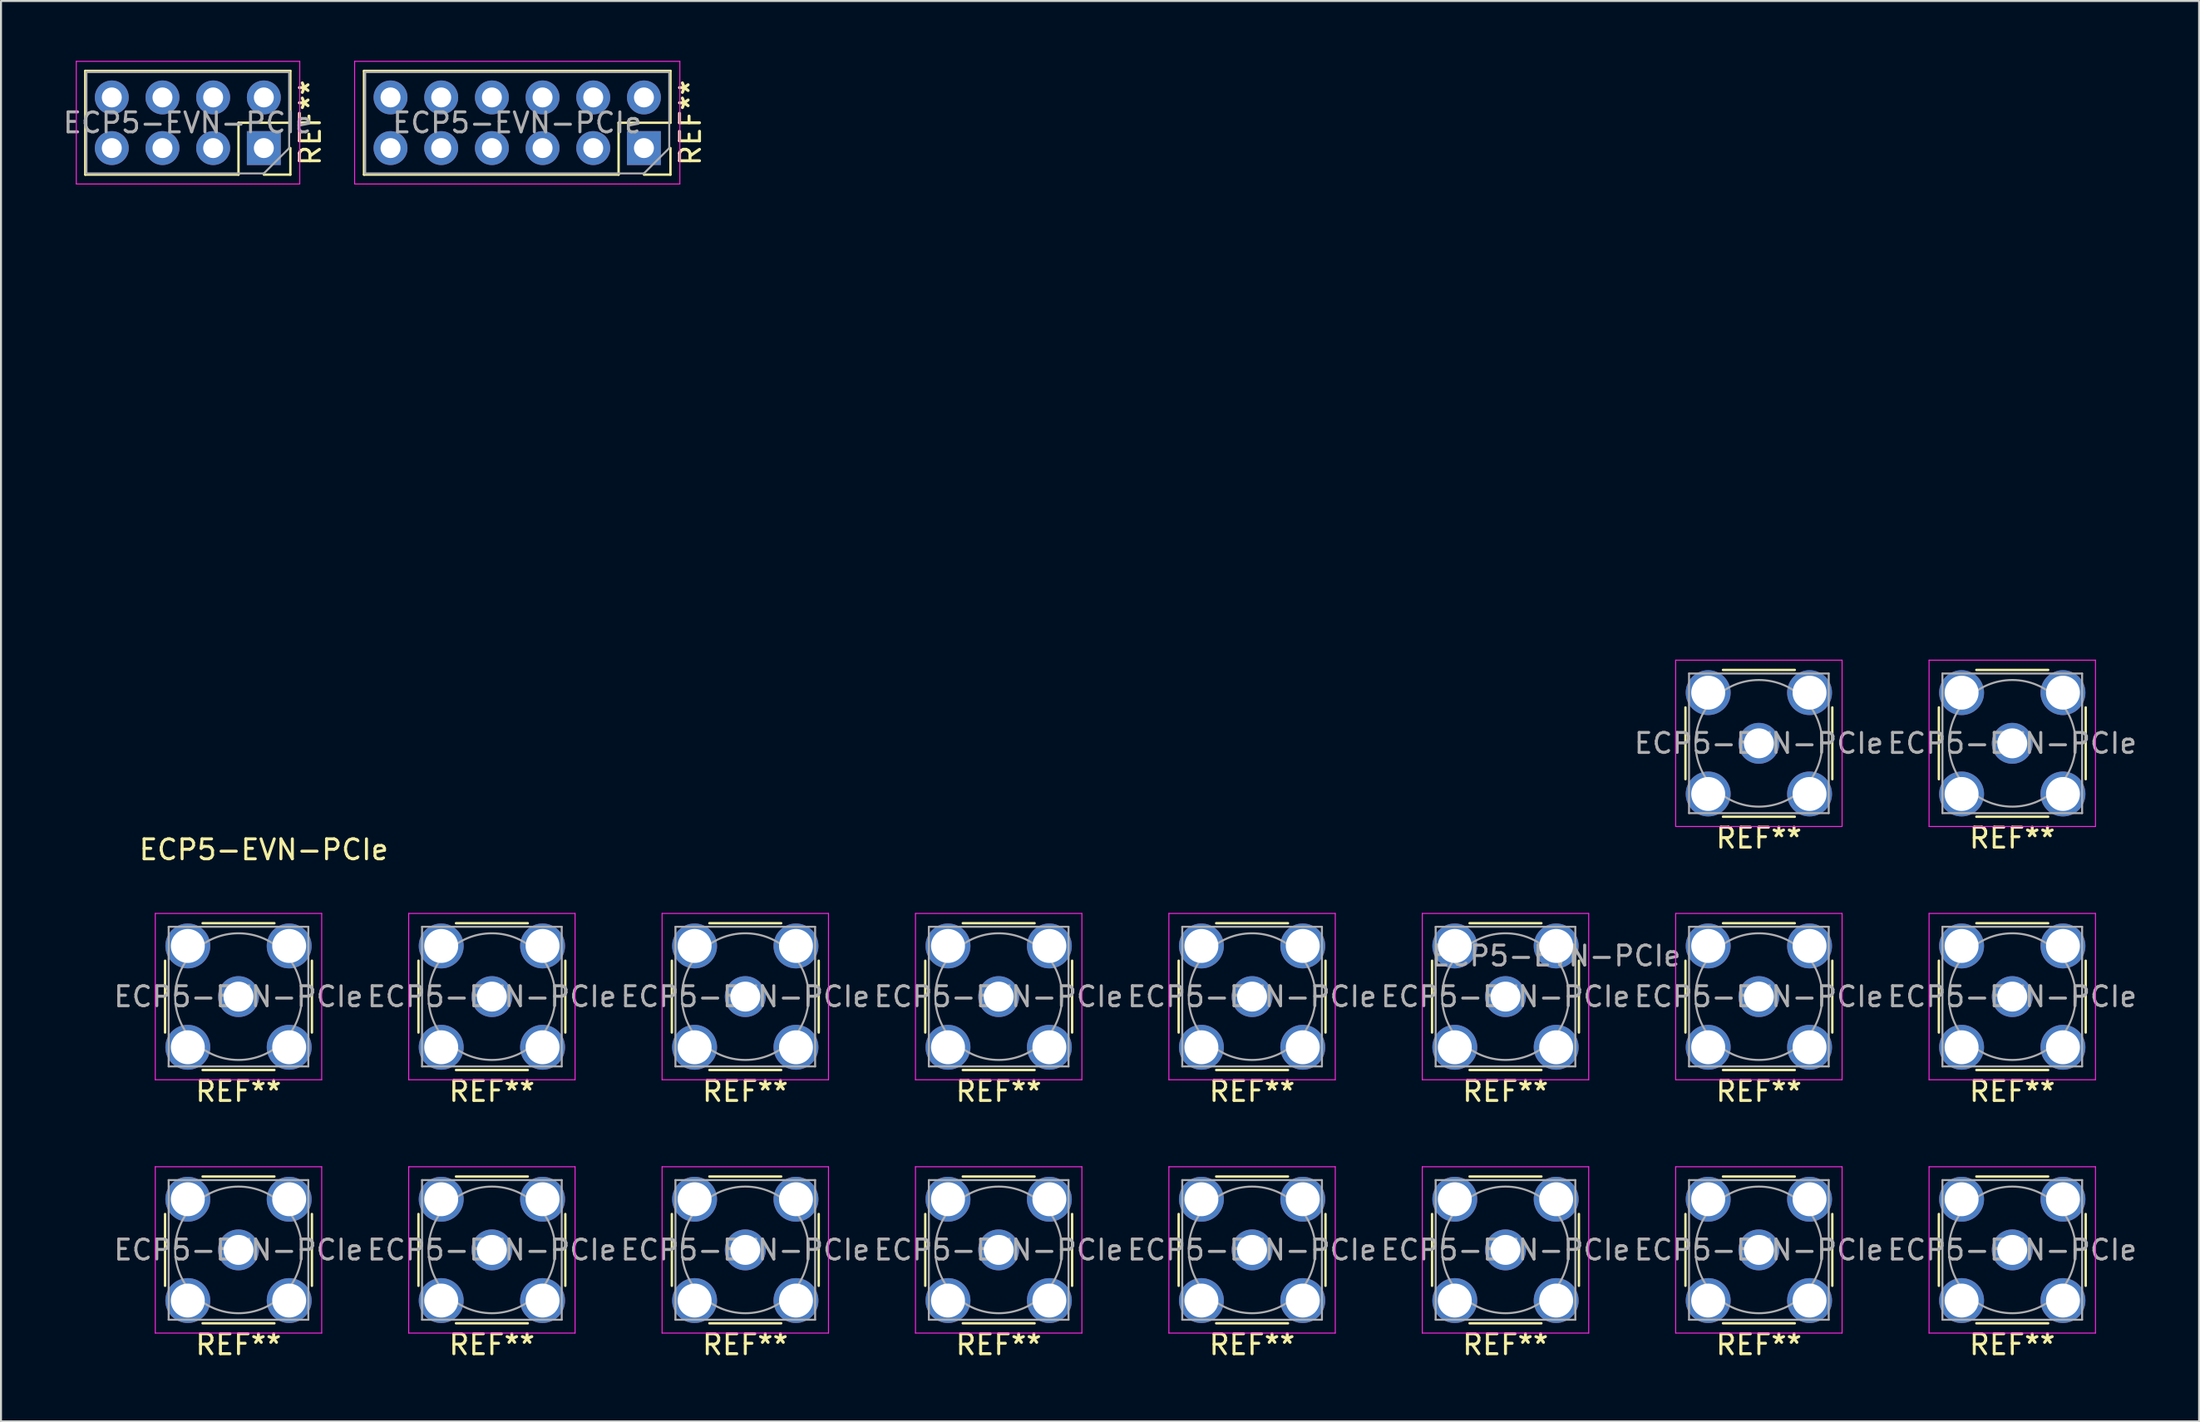
<source format=kicad_pcb>
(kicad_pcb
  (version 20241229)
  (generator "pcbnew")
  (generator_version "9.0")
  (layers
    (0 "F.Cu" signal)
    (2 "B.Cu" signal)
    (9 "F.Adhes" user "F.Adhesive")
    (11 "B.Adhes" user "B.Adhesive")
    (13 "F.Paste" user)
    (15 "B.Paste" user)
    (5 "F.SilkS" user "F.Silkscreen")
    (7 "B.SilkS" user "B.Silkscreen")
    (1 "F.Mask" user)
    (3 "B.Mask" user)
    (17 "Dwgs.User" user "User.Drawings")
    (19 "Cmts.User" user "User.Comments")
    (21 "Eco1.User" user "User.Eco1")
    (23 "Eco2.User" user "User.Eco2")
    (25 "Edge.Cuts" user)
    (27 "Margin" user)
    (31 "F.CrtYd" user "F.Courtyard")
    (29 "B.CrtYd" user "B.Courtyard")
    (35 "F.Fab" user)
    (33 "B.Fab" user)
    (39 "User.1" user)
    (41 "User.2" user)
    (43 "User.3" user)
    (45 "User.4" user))
  (footprint "ECP5-EVN-PCIe"
    (layer "F.Cu")
    (at 8.903 46.92)
    (property "Reference" "ECP5-EVN-PCIe" (at 1.27 -7.366 180) (layer "F.SilkS") (effects (font (size 1 1) (thickness 0.15))))
    (attr through_hole)
    (fp_line (start -7.68 -41.215) (end -7.68 -46.415) (stroke (width 0.12) (type solid)) (layer "F.SilkS"))
    (fp_line (start -3.68 1.8) (end -3.68 -1.8) (stroke (width 0.12) (type solid)) (layer "F.SilkS"))
    (fp_line (start -3.68 14.5) (end -3.68 10.9) (stroke (width 0.12) (type solid)) (layer "F.SilkS"))
    (fp_line (start -1.8 -3.68) (end 1.8 -3.68) (stroke (width 0.12) (type solid)) (layer "F.SilkS"))
    (fp_line (start -1.8 3.68) (end 1.8 3.68) (stroke (width 0.12) (type solid)) (layer "F.SilkS"))
    (fp_line (start -1.8 9.02) (end 1.8 9.02) (stroke (width 0.12) (type solid)) (layer "F.SilkS"))
    (fp_line (start -1.8 16.38) (end 1.8 16.38) (stroke (width 0.12) (type solid)) (layer "F.SilkS"))
    (fp_line (start 0 -43.815) (end 2.6 -43.815) (stroke (width 0.12) (type solid)) (layer "F.SilkS"))
    (fp_line (start 0 -41.215) (end -7.68 -41.215) (stroke (width 0.12) (type solid)) (layer "F.SilkS"))
    (fp_line (start 0 -41.215) (end 0 -43.815) (stroke (width 0.12) (type solid)) (layer "F.SilkS"))
    (fp_line (start 1.27 -41.215) (end 2.6 -41.215) (stroke (width 0.12) (type solid)) (layer "F.SilkS"))
    (fp_line (start 2.6 -46.415) (end -7.68 -46.415) (stroke (width 0.12) (type solid)) (layer "F.SilkS"))
    (fp_line (start 2.6 -43.815) (end 2.6 -46.415) (stroke (width 0.12) (type solid)) (layer "F.SilkS"))
    (fp_line (start 2.6 -41.215) (end 2.6 -42.545) (stroke (width 0.12) (type solid)) (layer "F.SilkS"))
    (fp_line (start 3.68 1.8) (end 3.68 -1.8) (stroke (width 0.12) (type solid)) (layer "F.SilkS"))
    (fp_line (start 3.68 14.5) (end 3.68 10.9) (stroke (width 0.12) (type solid)) (layer "F.SilkS"))
    (fp_line (start 6.29 -41.215) (end 6.29 -46.415) (stroke (width 0.12) (type solid)) (layer "F.SilkS"))
    (fp_line (start 9.02 1.8) (end 9.02 -1.8) (stroke (width 0.12) (type solid)) (layer "F.SilkS"))
    (fp_line (start 9.02 14.5) (end 9.02 10.9) (stroke (width 0.12) (type solid)) (layer "F.SilkS"))
    (fp_line (start 10.9 -3.68) (end 14.5 -3.68) (stroke (width 0.12) (type solid)) (layer "F.SilkS"))
    (fp_line (start 10.9 3.68) (end 14.5 3.68) (stroke (width 0.12) (type solid)) (layer "F.SilkS"))
    (fp_line (start 10.9 9.02) (end 14.5 9.02) (stroke (width 0.12) (type solid)) (layer "F.SilkS"))
    (fp_line (start 10.9 16.38) (end 14.5 16.38) (stroke (width 0.12) (type solid)) (layer "F.SilkS"))
    (fp_line (start 16.38 1.8) (end 16.38 -1.8) (stroke (width 0.12) (type solid)) (layer "F.SilkS"))
    (fp_line (start 16.38 14.5) (end 16.38 10.9) (stroke (width 0.12) (type solid)) (layer "F.SilkS"))
    (fp_line (start 19.05 -43.815) (end 21.65 -43.815) (stroke (width 0.12) (type solid)) (layer "F.SilkS"))
    (fp_line (start 19.05 -41.215) (end 6.29 -41.215) (stroke (width 0.12) (type solid)) (layer "F.SilkS"))
    (fp_line (start 19.05 -41.215) (end 19.05 -43.815) (stroke (width 0.12) (type solid)) (layer "F.SilkS"))
    (fp_line (start 20.32 -41.215) (end 21.65 -41.215) (stroke (width 0.12) (type solid)) (layer "F.SilkS"))
    (fp_line (start 21.65 -46.415) (end 6.29 -46.415) (stroke (width 0.12) (type solid)) (layer "F.SilkS"))
    (fp_line (start 21.65 -43.815) (end 21.65 -46.415) (stroke (width 0.12) (type solid)) (layer "F.SilkS"))
    (fp_line (start 21.65 -41.215) (end 21.65 -42.545) (stroke (width 0.12) (type solid)) (layer "F.SilkS"))
    (fp_line (start 21.72 1.8) (end 21.72 -1.8) (stroke (width 0.12) (type solid)) (layer "F.SilkS"))
    (fp_line (start 21.72 14.5) (end 21.72 10.9) (stroke (width 0.12) (type solid)) (layer "F.SilkS"))
    (fp_line (start 23.6 -3.68) (end 27.2 -3.68) (stroke (width 0.12) (type solid)) (layer "F.SilkS"))
    (fp_line (start 23.6 3.68) (end 27.2 3.68) (stroke (width 0.12) (type solid)) (layer "F.SilkS"))
    (fp_line (start 23.6 9.02) (end 27.2 9.02) (stroke (width 0.12) (type solid)) (layer "F.SilkS"))
    (fp_line (start 23.6 16.38) (end 27.2 16.38) (stroke (width 0.12) (type solid)) (layer "F.SilkS"))
    (fp_line (start 29.08 1.8) (end 29.08 -1.8) (stroke (width 0.12) (type solid)) (layer "F.SilkS"))
    (fp_line (start 29.08 14.5) (end 29.08 10.9) (stroke (width 0.12) (type solid)) (layer "F.SilkS"))
    (fp_line (start 34.42 1.8) (end 34.42 -1.8) (stroke (width 0.12) (type solid)) (layer "F.SilkS"))
    (fp_line (start 34.42 14.5) (end 34.42 10.9) (stroke (width 0.12) (type solid)) (layer "F.SilkS"))
    (fp_line (start 36.3 -3.68) (end 39.9 -3.68) (stroke (width 0.12) (type solid)) (layer "F.SilkS"))
    (fp_line (start 36.3 3.68) (end 39.9 3.68) (stroke (width 0.12) (type solid)) (layer "F.SilkS"))
    (fp_line (start 36.3 9.02) (end 39.9 9.02) (stroke (width 0.12) (type solid)) (layer "F.SilkS"))
    (fp_line (start 36.3 16.38) (end 39.9 16.38) (stroke (width 0.12) (type solid)) (layer "F.SilkS"))
    (fp_line (start 41.78 1.8) (end 41.78 -1.8) (stroke (width 0.12) (type solid)) (layer "F.SilkS"))
    (fp_line (start 41.78 14.5) (end 41.78 10.9) (stroke (width 0.12) (type solid)) (layer "F.SilkS"))
    (fp_line (start 47.12 1.8) (end 47.12 -1.8) (stroke (width 0.12) (type solid)) (layer "F.SilkS"))
    (fp_line (start 47.12 14.5) (end 47.12 10.9) (stroke (width 0.12) (type solid)) (layer "F.SilkS"))
    (fp_line (start 49 -3.68) (end 52.6 -3.68) (stroke (width 0.12) (type solid)) (layer "F.SilkS"))
    (fp_line (start 49 3.68) (end 52.6 3.68) (stroke (width 0.12) (type solid)) (layer "F.SilkS"))
    (fp_line (start 49 9.02) (end 52.6 9.02) (stroke (width 0.12) (type solid)) (layer "F.SilkS"))
    (fp_line (start 49 16.38) (end 52.6 16.38) (stroke (width 0.12) (type solid)) (layer "F.SilkS"))
    (fp_line (start 54.48 1.8) (end 54.48 -1.8) (stroke (width 0.12) (type solid)) (layer "F.SilkS"))
    (fp_line (start 54.48 14.5) (end 54.48 10.9) (stroke (width 0.12) (type solid)) (layer "F.SilkS"))
    (fp_line (start 59.82 1.8) (end 59.82 -1.8) (stroke (width 0.12) (type solid)) (layer "F.SilkS"))
    (fp_line (start 59.82 14.5) (end 59.82 10.9) (stroke (width 0.12) (type solid)) (layer "F.SilkS"))
    (fp_line (start 61.7 -3.68) (end 65.3 -3.68) (stroke (width 0.12) (type solid)) (layer "F.SilkS"))
    (fp_line (start 61.7 3.68) (end 65.3 3.68) (stroke (width 0.12) (type solid)) (layer "F.SilkS"))
    (fp_line (start 61.7 9.02) (end 65.3 9.02) (stroke (width 0.12) (type solid)) (layer "F.SilkS"))
    (fp_line (start 61.7 16.38) (end 65.3 16.38) (stroke (width 0.12) (type solid)) (layer "F.SilkS"))
    (fp_line (start 67.18 1.8) (end 67.18 -1.8) (stroke (width 0.12) (type solid)) (layer "F.SilkS"))
    (fp_line (start 67.18 14.5) (end 67.18 10.9) (stroke (width 0.12) (type solid)) (layer "F.SilkS"))
    (fp_line (start 72.52 -10.9) (end 72.52 -14.5) (stroke (width 0.12) (type solid)) (layer "F.SilkS"))
    (fp_line (start 72.52 1.8) (end 72.52 -1.8) (stroke (width 0.12) (type solid)) (layer "F.SilkS"))
    (fp_line (start 72.52 14.5) (end 72.52 10.9) (stroke (width 0.12) (type solid)) (layer "F.SilkS"))
    (fp_line (start 74.4 -16.38) (end 78 -16.38) (stroke (width 0.12) (type solid)) (layer "F.SilkS"))
    (fp_line (start 74.4 -9.02) (end 78 -9.02) (stroke (width 0.12) (type solid)) (layer "F.SilkS"))
    (fp_line (start 74.4 -3.68) (end 78 -3.68) (stroke (width 0.12) (type solid)) (layer "F.SilkS"))
    (fp_line (start 74.4 3.68) (end 78 3.68) (stroke (width 0.12) (type solid)) (layer "F.SilkS"))
    (fp_line (start 74.4 9.02) (end 78 9.02) (stroke (width 0.12) (type solid)) (layer "F.SilkS"))
    (fp_line (start 74.4 16.38) (end 78 16.38) (stroke (width 0.12) (type solid)) (layer "F.SilkS"))
    (fp_line (start 79.88 -10.9) (end 79.88 -14.5) (stroke (width 0.12) (type solid)) (layer "F.SilkS"))
    (fp_line (start 79.88 1.8) (end 79.88 -1.8) (stroke (width 0.12) (type solid)) (layer "F.SilkS"))
    (fp_line (start 79.88 14.5) (end 79.88 10.9) (stroke (width 0.12) (type solid)) (layer "F.SilkS"))
    (fp_line (start 85.22 -10.9) (end 85.22 -14.5) (stroke (width 0.12) (type solid)) (layer "F.SilkS"))
    (fp_line (start 85.22 1.8) (end 85.22 -1.8) (stroke (width 0.12) (type solid)) (layer "F.SilkS"))
    (fp_line (start 85.22 14.5) (end 85.22 10.9) (stroke (width 0.12) (type solid)) (layer "F.SilkS"))
    (fp_line (start 87.1 -16.38) (end 90.7 -16.38) (stroke (width 0.12) (type solid)) (layer "F.SilkS"))
    (fp_line (start 87.1 -9.02) (end 90.7 -9.02) (stroke (width 0.12) (type solid)) (layer "F.SilkS"))
    (fp_line (start 87.1 -3.68) (end 90.7 -3.68) (stroke (width 0.12) (type solid)) (layer "F.SilkS"))
    (fp_line (start 87.1 3.68) (end 90.7 3.68) (stroke (width 0.12) (type solid)) (layer "F.SilkS"))
    (fp_line (start 87.1 9.02) (end 90.7 9.02) (stroke (width 0.12) (type solid)) (layer "F.SilkS"))
    (fp_line (start 87.1 16.38) (end 90.7 16.38) (stroke (width 0.12) (type solid)) (layer "F.SilkS"))
    (fp_line (start 92.58 -10.9) (end 92.58 -14.5) (stroke (width 0.12) (type solid)) (layer "F.SilkS"))
    (fp_line (start 92.58 1.8) (end 92.58 -1.8) (stroke (width 0.12) (type solid)) (layer "F.SilkS"))
    (fp_line (start 92.58 14.5) (end 92.58 10.9) (stroke (width 0.12) (type solid)) (layer "F.SilkS"))
    (fp_line (start -8.13 -46.895) (end 3.07 -46.895) (stroke (width 0.05) (type solid)) (layer "F.CrtYd"))
    (fp_line (start -8.13 -40.745) (end -8.13 -46.895) (stroke (width 0.05) (type solid)) (layer "F.CrtYd"))
    (fp_line (start -4.17 4.17) (end -4.17 -4.17) (stroke (width 0.05) (type solid)) (layer "F.CrtYd"))
    (fp_line (start -4.17 4.17) (end 4.17 4.17) (stroke (width 0.05) (type solid)) (layer "F.CrtYd"))
    (fp_line (start -4.17 16.87) (end -4.17 8.53) (stroke (width 0.05) (type solid)) (layer "F.CrtYd"))
    (fp_line (start -4.17 16.87) (end 4.17 16.87) (stroke (width 0.05) (type solid)) (layer "F.CrtYd"))
    (fp_line (start 3.07 -46.895) (end 3.07 -40.745) (stroke (width 0.05) (type solid)) (layer "F.CrtYd"))
    (fp_line (start 3.07 -40.745) (end -8.13 -40.745) (stroke (width 0.05) (type solid)) (layer "F.CrtYd"))
    (fp_line (start 4.17 -4.17) (end -4.17 -4.17) (stroke (width 0.05) (type solid)) (layer "F.CrtYd"))
    (fp_line (start 4.17 -4.17) (end 4.17 4.17) (stroke (width 0.05) (type solid)) (layer "F.CrtYd"))
    (fp_line (start 4.17 8.53) (end -4.17 8.53) (stroke (width 0.05) (type solid)) (layer "F.CrtYd"))
    (fp_line (start 4.17 8.53) (end 4.17 16.87) (stroke (width 0.05) (type solid)) (layer "F.CrtYd"))
    (fp_line (start 5.82 -46.895) (end 22.12 -46.895) (stroke (width 0.05) (type solid)) (layer "F.CrtYd"))
    (fp_line (start 5.82 -40.745) (end 5.82 -46.895) (stroke (width 0.05) (type solid)) (layer "F.CrtYd"))
    (fp_line (start 8.53 4.17) (end 8.53 -4.17) (stroke (width 0.05) (type solid)) (layer "F.CrtYd"))
    (fp_line (start 8.53 4.17) (end 16.87 4.17) (stroke (width 0.05) (type solid)) (layer "F.CrtYd"))
    (fp_line (start 8.53 16.87) (end 8.53 8.53) (stroke (width 0.05) (type solid)) (layer "F.CrtYd"))
    (fp_line (start 8.53 16.87) (end 16.87 16.87) (stroke (width 0.05) (type solid)) (layer "F.CrtYd"))
    (fp_line (start 16.87 -4.17) (end 8.53 -4.17) (stroke (width 0.05) (type solid)) (layer "F.CrtYd"))
    (fp_line (start 16.87 -4.17) (end 16.87 4.17) (stroke (width 0.05) (type solid)) (layer "F.CrtYd"))
    (fp_line (start 16.87 8.53) (end 8.53 8.53) (stroke (width 0.05) (type solid)) (layer "F.CrtYd"))
    (fp_line (start 16.87 8.53) (end 16.87 16.87) (stroke (width 0.05) (type solid)) (layer "F.CrtYd"))
    (fp_line (start 21.23 4.17) (end 21.23 -4.17) (stroke (width 0.05) (type solid)) (layer "F.CrtYd"))
    (fp_line (start 21.23 4.17) (end 29.57 4.17) (stroke (width 0.05) (type solid)) (layer "F.CrtYd"))
    (fp_line (start 21.23 16.87) (end 21.23 8.53) (stroke (width 0.05) (type solid)) (layer "F.CrtYd"))
    (fp_line (start 21.23 16.87) (end 29.57 16.87) (stroke (width 0.05) (type solid)) (layer "F.CrtYd"))
    (fp_line (start 22.12 -46.895) (end 22.12 -40.745) (stroke (width 0.05) (type solid)) (layer "F.CrtYd"))
    (fp_line (start 22.12 -40.745) (end 5.82 -40.745) (stroke (width 0.05) (type solid)) (layer "F.CrtYd"))
    (fp_line (start 29.57 -4.17) (end 21.23 -4.17) (stroke (width 0.05) (type solid)) (layer "F.CrtYd"))
    (fp_line (start 29.57 -4.17) (end 29.57 4.17) (stroke (width 0.05) (type solid)) (layer "F.CrtYd"))
    (fp_line (start 29.57 8.53) (end 21.23 8.53) (stroke (width 0.05) (type solid)) (layer "F.CrtYd"))
    (fp_line (start 29.57 8.53) (end 29.57 16.87) (stroke (width 0.05) (type solid)) (layer "F.CrtYd"))
    (fp_line (start 33.93 4.17) (end 33.93 -4.17) (stroke (width 0.05) (type solid)) (layer "F.CrtYd"))
    (fp_line (start 33.93 4.17) (end 42.27 4.17) (stroke (width 0.05) (type solid)) (layer "F.CrtYd"))
    (fp_line (start 33.93 16.87) (end 33.93 8.53) (stroke (width 0.05) (type solid)) (layer "F.CrtYd"))
    (fp_line (start 33.93 16.87) (end 42.27 16.87) (stroke (width 0.05) (type solid)) (layer "F.CrtYd"))
    (fp_line (start 42.27 -4.17) (end 33.93 -4.17) (stroke (width 0.05) (type solid)) (layer "F.CrtYd"))
    (fp_line (start 42.27 -4.17) (end 42.27 4.17) (stroke (width 0.05) (type solid)) (layer "F.CrtYd"))
    (fp_line (start 42.27 8.53) (end 33.93 8.53) (stroke (width 0.05) (type solid)) (layer "F.CrtYd"))
    (fp_line (start 42.27 8.53) (end 42.27 16.87) (stroke (width 0.05) (type solid)) (layer "F.CrtYd"))
    (fp_line (start 46.63 4.17) (end 46.63 -4.17) (stroke (width 0.05) (type solid)) (layer "F.CrtYd"))
    (fp_line (start 46.63 4.17) (end 54.97 4.17) (stroke (width 0.05) (type solid)) (layer "F.CrtYd"))
    (fp_line (start 46.63 16.87) (end 46.63 8.53) (stroke (width 0.05) (type solid)) (layer "F.CrtYd"))
    (fp_line (start 46.63 16.87) (end 54.97 16.87) (stroke (width 0.05) (type solid)) (layer "F.CrtYd"))
    (fp_line (start 54.97 -4.17) (end 46.63 -4.17) (stroke (width 0.05) (type solid)) (layer "F.CrtYd"))
    (fp_line (start 54.97 -4.17) (end 54.97 4.17) (stroke (width 0.05) (type solid)) (layer "F.CrtYd"))
    (fp_line (start 54.97 8.53) (end 46.63 8.53) (stroke (width 0.05) (type solid)) (layer "F.CrtYd"))
    (fp_line (start 54.97 8.53) (end 54.97 16.87) (stroke (width 0.05) (type solid)) (layer "F.CrtYd"))
    (fp_line (start 59.33 4.17) (end 59.33 -4.17) (stroke (width 0.05) (type solid)) (layer "F.CrtYd"))
    (fp_line (start 59.33 4.17) (end 67.67 4.17) (stroke (width 0.05) (type solid)) (layer "F.CrtYd"))
    (fp_line (start 59.33 16.87) (end 59.33 8.53) (stroke (width 0.05) (type solid)) (layer "F.CrtYd"))
    (fp_line (start 59.33 16.87) (end 67.67 16.87) (stroke (width 0.05) (type solid)) (layer "F.CrtYd"))
    (fp_line (start 67.67 -4.17) (end 59.33 -4.17) (stroke (width 0.05) (type solid)) (layer "F.CrtYd"))
    (fp_line (start 67.67 -4.17) (end 67.67 4.17) (stroke (width 0.05) (type solid)) (layer "F.CrtYd"))
    (fp_line (start 67.67 8.53) (end 59.33 8.53) (stroke (width 0.05) (type solid)) (layer "F.CrtYd"))
    (fp_line (start 67.67 8.53) (end 67.67 16.87) (stroke (width 0.05) (type solid)) (layer "F.CrtYd"))
    (fp_line (start 72.03 -8.53) (end 72.03 -16.87) (stroke (width 0.05) (type solid)) (layer "F.CrtYd"))
    (fp_line (start 72.03 -8.53) (end 80.37 -8.53) (stroke (width 0.05) (type solid)) (layer "F.CrtYd"))
    (fp_line (start 72.03 4.17) (end 72.03 -4.17) (stroke (width 0.05) (type solid)) (layer "F.CrtYd"))
    (fp_line (start 72.03 4.17) (end 80.37 4.17) (stroke (width 0.05) (type solid)) (layer "F.CrtYd"))
    (fp_line (start 72.03 16.87) (end 72.03 8.53) (stroke (width 0.05) (type solid)) (layer "F.CrtYd"))
    (fp_line (start 72.03 16.87) (end 80.37 16.87) (stroke (width 0.05) (type solid)) (layer "F.CrtYd"))
    (fp_line (start 80.37 -16.87) (end 72.03 -16.87) (stroke (width 0.05) (type solid)) (layer "F.CrtYd"))
    (fp_line (start 80.37 -16.87) (end 80.37 -8.53) (stroke (width 0.05) (type solid)) (layer "F.CrtYd"))
    (fp_line (start 80.37 -4.17) (end 72.03 -4.17) (stroke (width 0.05) (type solid)) (layer "F.CrtYd"))
    (fp_line (start 80.37 -4.17) (end 80.37 4.17) (stroke (width 0.05) (type solid)) (layer "F.CrtYd"))
    (fp_line (start 80.37 8.53) (end 72.03 8.53) (stroke (width 0.05) (type solid)) (layer "F.CrtYd"))
    (fp_line (start 80.37 8.53) (end 80.37 16.87) (stroke (width 0.05) (type solid)) (layer "F.CrtYd"))
    (fp_line (start 84.73 -8.53) (end 84.73 -16.87) (stroke (width 0.05) (type solid)) (layer "F.CrtYd"))
    (fp_line (start 84.73 -8.53) (end 93.07 -8.53) (stroke (width 0.05) (type solid)) (layer "F.CrtYd"))
    (fp_line (start 84.73 4.17) (end 84.73 -4.17) (stroke (width 0.05) (type solid)) (layer "F.CrtYd"))
    (fp_line (start 84.73 4.17) (end 93.07 4.17) (stroke (width 0.05) (type solid)) (layer "F.CrtYd"))
    (fp_line (start 84.73 16.87) (end 84.73 8.53) (stroke (width 0.05) (type solid)) (layer "F.CrtYd"))
    (fp_line (start 84.73 16.87) (end 93.07 16.87) (stroke (width 0.05) (type solid)) (layer "F.CrtYd"))
    (fp_line (start 93.07 -16.87) (end 84.73 -16.87) (stroke (width 0.05) (type solid)) (layer "F.CrtYd"))
    (fp_line (start 93.07 -16.87) (end 93.07 -8.53) (stroke (width 0.05) (type solid)) (layer "F.CrtYd"))
    (fp_line (start 93.07 -4.17) (end 84.73 -4.17) (stroke (width 0.05) (type solid)) (layer "F.CrtYd"))
    (fp_line (start 93.07 -4.17) (end 93.07 4.17) (stroke (width 0.05) (type solid)) (layer "F.CrtYd"))
    (fp_line (start 93.07 8.53) (end 84.73 8.53) (stroke (width 0.05) (type solid)) (layer "F.CrtYd"))
    (fp_line (start 93.07 8.53) (end 93.07 16.87) (stroke (width 0.05) (type solid)) (layer "F.CrtYd"))
    (fp_line (start -7.62 -46.355) (end -7.62 -41.275) (stroke (width 0.1) (type solid)) (layer "F.Fab"))
    (fp_line (start -7.62 -41.275) (end 1.27 -41.275) (stroke (width 0.1) (type solid)) (layer "F.Fab"))
    (fp_line (start -3.5 -3.5) (end 3.5 -3.5) (stroke (width 0.1) (type solid)) (layer "F.Fab"))
    (fp_line (start -3.5 3.5) (end -3.5 -3.5) (stroke (width 0.1) (type solid)) (layer "F.Fab"))
    (fp_line (start -3.5 3.5) (end 3.5 3.5) (stroke (width 0.1) (type solid)) (layer "F.Fab"))
    (fp_line (start -3.5 9.2) (end 3.5 9.2) (stroke (width 0.1) (type solid)) (layer "F.Fab"))
    (fp_line (start -3.5 16.2) (end -3.5 9.2) (stroke (width 0.1) (type solid)) (layer "F.Fab"))
    (fp_line (start -3.5 16.2) (end 3.5 16.2) (stroke (width 0.1) (type solid)) (layer "F.Fab"))
    (fp_line (start 1.27 -41.275) (end 2.54 -42.545) (stroke (width 0.1) (type solid)) (layer "F.Fab"))
    (fp_line (start 2.54 -46.355) (end -7.62 -46.355) (stroke (width 0.1) (type solid)) (layer "F.Fab"))
    (fp_line (start 2.54 -42.545) (end 2.54 -46.355) (stroke (width 0.1) (type solid)) (layer "F.Fab"))
    (fp_line (start 3.5 3.5) (end 3.5 -3.5) (stroke (width 0.1) (type solid)) (layer "F.Fab"))
    (fp_line (start 3.5 16.2) (end 3.5 9.2) (stroke (width 0.1) (type solid)) (layer "F.Fab"))
    (fp_line (start 6.35 -46.355) (end 6.35 -41.275) (stroke (width 0.1) (type solid)) (layer "F.Fab"))
    (fp_line (start 6.35 -41.275) (end 20.32 -41.275) (stroke (width 0.1) (type solid)) (layer "F.Fab"))
    (fp_line (start 9.2 -3.5) (end 16.2 -3.5) (stroke (width 0.1) (type solid)) (layer "F.Fab"))
    (fp_line (start 9.2 3.5) (end 9.2 -3.5) (stroke (width 0.1) (type solid)) (layer "F.Fab"))
    (fp_line (start 9.2 3.5) (end 16.2 3.5) (stroke (width 0.1) (type solid)) (layer "F.Fab"))
    (fp_line (start 9.2 9.2) (end 16.2 9.2) (stroke (width 0.1) (type solid)) (layer "F.Fab"))
    (fp_line (start 9.2 16.2) (end 9.2 9.2) (stroke (width 0.1) (type solid)) (layer "F.Fab"))
    (fp_line (start 9.2 16.2) (end 16.2 16.2) (stroke (width 0.1) (type solid)) (layer "F.Fab"))
    (fp_line (start 16.2 3.5) (end 16.2 -3.5) (stroke (width 0.1) (type solid)) (layer "F.Fab"))
    (fp_line (start 16.2 16.2) (end 16.2 9.2) (stroke (width 0.1) (type solid)) (layer "F.Fab"))
    (fp_line (start 20.32 -41.275) (end 21.59 -42.545) (stroke (width 0.1) (type solid)) (layer "F.Fab"))
    (fp_line (start 21.59 -46.355) (end 6.35 -46.355) (stroke (width 0.1) (type solid)) (layer "F.Fab"))
    (fp_line (start 21.59 -42.545) (end 21.59 -46.355) (stroke (width 0.1) (type solid)) (layer "F.Fab"))
    (fp_line (start 21.9 -3.5) (end 28.9 -3.5) (stroke (width 0.1) (type solid)) (layer "F.Fab"))
    (fp_line (start 21.9 3.5) (end 21.9 -3.5) (stroke (width 0.1) (type solid)) (layer "F.Fab"))
    (fp_line (start 21.9 3.5) (end 28.9 3.5) (stroke (width 0.1) (type solid)) (layer "F.Fab"))
    (fp_line (start 21.9 9.2) (end 28.9 9.2) (stroke (width 0.1) (type solid)) (layer "F.Fab"))
    (fp_line (start 21.9 16.2) (end 21.9 9.2) (stroke (width 0.1) (type solid)) (layer "F.Fab"))
    (fp_line (start 21.9 16.2) (end 28.9 16.2) (stroke (width 0.1) (type solid)) (layer "F.Fab"))
    (fp_line (start 28.9 3.5) (end 28.9 -3.5) (stroke (width 0.1) (type solid)) (layer "F.Fab"))
    (fp_line (start 28.9 16.2) (end 28.9 9.2) (stroke (width 0.1) (type solid)) (layer "F.Fab"))
    (fp_line (start 34.6 -3.5) (end 41.6 -3.5) (stroke (width 0.1) (type solid)) (layer "F.Fab"))
    (fp_line (start 34.6 3.5) (end 34.6 -3.5) (stroke (width 0.1) (type solid)) (layer "F.Fab"))
    (fp_line (start 34.6 3.5) (end 41.6 3.5) (stroke (width 0.1) (type solid)) (layer "F.Fab"))
    (fp_line (start 34.6 9.2) (end 41.6 9.2) (stroke (width 0.1) (type solid)) (layer "F.Fab"))
    (fp_line (start 34.6 16.2) (end 34.6 9.2) (stroke (width 0.1) (type solid)) (layer "F.Fab"))
    (fp_line (start 34.6 16.2) (end 41.6 16.2) (stroke (width 0.1) (type solid)) (layer "F.Fab"))
    (fp_line (start 41.6 3.5) (end 41.6 -3.5) (stroke (width 0.1) (type solid)) (layer "F.Fab"))
    (fp_line (start 41.6 16.2) (end 41.6 9.2) (stroke (width 0.1) (type solid)) (layer "F.Fab"))
    (fp_line (start 47.3 -3.5) (end 54.3 -3.5) (stroke (width 0.1) (type solid)) (layer "F.Fab"))
    (fp_line (start 47.3 3.5) (end 47.3 -3.5) (stroke (width 0.1) (type solid)) (layer "F.Fab"))
    (fp_line (start 47.3 3.5) (end 54.3 3.5) (stroke (width 0.1) (type solid)) (layer "F.Fab"))
    (fp_line (start 47.3 9.2) (end 54.3 9.2) (stroke (width 0.1) (type solid)) (layer "F.Fab"))
    (fp_line (start 47.3 16.2) (end 47.3 9.2) (stroke (width 0.1) (type solid)) (layer "F.Fab"))
    (fp_line (start 47.3 16.2) (end 54.3 16.2) (stroke (width 0.1) (type solid)) (layer "F.Fab"))
    (fp_line (start 54.3 3.5) (end 54.3 -3.5) (stroke (width 0.1) (type solid)) (layer "F.Fab"))
    (fp_line (start 54.3 16.2) (end 54.3 9.2) (stroke (width 0.1) (type solid)) (layer "F.Fab"))
    (fp_line (start 60 -3.5) (end 67 -3.5) (stroke (width 0.1) (type solid)) (layer "F.Fab"))
    (fp_line (start 60 3.5) (end 60 -3.5) (stroke (width 0.1) (type solid)) (layer "F.Fab"))
    (fp_line (start 60 3.5) (end 67 3.5) (stroke (width 0.1) (type solid)) (layer "F.Fab"))
    (fp_line (start 60 9.2) (end 67 9.2) (stroke (width 0.1) (type solid)) (layer "F.Fab"))
    (fp_line (start 60 16.2) (end 60 9.2) (stroke (width 0.1) (type solid)) (layer "F.Fab"))
    (fp_line (start 60 16.2) (end 67 16.2) (stroke (width 0.1) (type solid)) (layer "F.Fab"))
    (fp_line (start 67 3.5) (end 67 -3.5) (stroke (width 0.1) (type solid)) (layer "F.Fab"))
    (fp_line (start 67 16.2) (end 67 9.2) (stroke (width 0.1) (type solid)) (layer "F.Fab"))
    (fp_line (start 72.7 -16.2) (end 79.7 -16.2) (stroke (width 0.1) (type solid)) (layer "F.Fab"))
    (fp_line (start 72.7 -9.2) (end 72.7 -16.2) (stroke (width 0.1) (type solid)) (layer "F.Fab"))
    (fp_line (start 72.7 -9.2) (end 79.7 -9.2) (stroke (width 0.1) (type solid)) (layer "F.Fab"))
    (fp_line (start 72.7 -3.5) (end 79.7 -3.5) (stroke (width 0.1) (type solid)) (layer "F.Fab"))
    (fp_line (start 72.7 3.5) (end 72.7 -3.5) (stroke (width 0.1) (type solid)) (layer "F.Fab"))
    (fp_line (start 72.7 3.5) (end 79.7 3.5) (stroke (width 0.1) (type solid)) (layer "F.Fab"))
    (fp_line (start 72.7 9.2) (end 79.7 9.2) (stroke (width 0.1) (type solid)) (layer "F.Fab"))
    (fp_line (start 72.7 16.2) (end 72.7 9.2) (stroke (width 0.1) (type solid)) (layer "F.Fab"))
    (fp_line (start 72.7 16.2) (end 79.7 16.2) (stroke (width 0.1) (type solid)) (layer "F.Fab"))
    (fp_line (start 79.7 -9.2) (end 79.7 -16.2) (stroke (width 0.1) (type solid)) (layer "F.Fab"))
    (fp_line (start 79.7 3.5) (end 79.7 -3.5) (stroke (width 0.1) (type solid)) (layer "F.Fab"))
    (fp_line (start 79.7 16.2) (end 79.7 9.2) (stroke (width 0.1) (type solid)) (layer "F.Fab"))
    (fp_line (start 85.4 -16.2) (end 92.4 -16.2) (stroke (width 0.1) (type solid)) (layer "F.Fab"))
    (fp_line (start 85.4 -9.2) (end 85.4 -16.2) (stroke (width 0.1) (type solid)) (layer "F.Fab"))
    (fp_line (start 85.4 -9.2) (end 92.4 -9.2) (stroke (width 0.1) (type solid)) (layer "F.Fab"))
    (fp_line (start 85.4 -3.5) (end 92.4 -3.5) (stroke (width 0.1) (type solid)) (layer "F.Fab"))
    (fp_line (start 85.4 3.5) (end 85.4 -3.5) (stroke (width 0.1) (type solid)) (layer "F.Fab"))
    (fp_line (start 85.4 3.5) (end 92.4 3.5) (stroke (width 0.1) (type solid)) (layer "F.Fab"))
    (fp_line (start 85.4 9.2) (end 92.4 9.2) (stroke (width 0.1) (type solid)) (layer "F.Fab"))
    (fp_line (start 85.4 16.2) (end 85.4 9.2) (stroke (width 0.1) (type solid)) (layer "F.Fab"))
    (fp_line (start 85.4 16.2) (end 92.4 16.2) (stroke (width 0.1) (type solid)) (layer "F.Fab"))
    (fp_line (start 92.4 -9.2) (end 92.4 -16.2) (stroke (width 0.1) (type solid)) (layer "F.Fab"))
    (fp_line (start 92.4 3.5) (end 92.4 -3.5) (stroke (width 0.1) (type solid)) (layer "F.Fab"))
    (fp_line (start 92.4 16.2) (end 92.4 9.2) (stroke (width 0.1) (type solid)) (layer "F.Fab"))
    (fp_circle (center 0 0) (end 3.175 0) (stroke (width 0.1) (type solid)) (fill no) (layer "F.Fab"))
    (fp_circle (center 0 12.7) (end 3.175 12.7) (stroke (width 0.1) (type solid)) (fill no) (layer "F.Fab"))
    (fp_circle (center 12.7 0) (end 15.875 0) (stroke (width 0.1) (type solid)) (fill no) (layer "F.Fab"))
    (fp_circle (center 12.7 12.7) (end 15.875 12.7) (stroke (width 0.1) (type solid)) (fill no) (layer "F.Fab"))
    (fp_circle (center 25.4 0) (end 28.575 0) (stroke (width 0.1) (type solid)) (fill no) (layer "F.Fab"))
    (fp_circle (center 25.4 12.7) (end 28.575 12.7) (stroke (width 0.1) (type solid)) (fill no) (layer "F.Fab"))
    (fp_circle (center 38.1 0) (end 41.275 0) (stroke (width 0.1) (type solid)) (fill no) (layer "F.Fab"))
    (fp_circle (center 38.1 12.7) (end 41.275 12.7) (stroke (width 0.1) (type solid)) (fill no) (layer "F.Fab"))
    (fp_circle (center 50.8 0) (end 53.975 0) (stroke (width 0.1) (type solid)) (fill no) (layer "F.Fab"))
    (fp_circle (center 50.8 12.7) (end 53.975 12.7) (stroke (width 0.1) (type solid)) (fill no) (layer "F.Fab"))
    (fp_circle (center 63.5 0) (end 66.675 0) (stroke (width 0.1) (type solid)) (fill no) (layer "F.Fab"))
    (fp_circle (center 63.5 12.7) (end 66.675 12.7) (stroke (width 0.1) (type solid)) (fill no) (layer "F.Fab"))
    (fp_circle (center 76.2 -12.7) (end 79.375 -12.7) (stroke (width 0.1) (type solid)) (fill no) (layer "F.Fab"))
    (fp_circle (center 76.2 0) (end 79.375 0) (stroke (width 0.1) (type solid)) (fill no) (layer "F.Fab"))
    (fp_circle (center 76.2 12.7) (end 79.375 12.7) (stroke (width 0.1) (type solid)) (fill no) (layer "F.Fab"))
    (fp_circle (center 88.9 -12.7) (end 92.075 -12.7) (stroke (width 0.1) (type solid)) (fill no) (layer "F.Fab"))
    (fp_circle (center 88.9 0) (end 92.075 0) (stroke (width 0.1) (type solid)) (fill no) (layer "F.Fab"))
    (fp_circle (center 88.9 12.7) (end 92.075 12.7) (stroke (width 0.1) (type solid)) (fill no) (layer "F.Fab"))
    (fp_text user "REF**" (at 25.4 4.75 180) (layer "F.SilkS") (effects (font (size 1 1) (thickness 0.15))))
    (fp_text user "REF**" (at 76.2 4.75 180) (layer "F.SilkS") (effects (font (size 1 1) (thickness 0.15))))
    (fp_text user "REF**" (at 38.1 17.45 180) (layer "F.SilkS") (effects (font (size 1 1) (thickness 0.15))))
    (fp_text user "REF**" (at 0 17.45 180) (layer "F.SilkS") (effects (font (size 1 1) (thickness 0.15))))
    (fp_text user "REF**" (at 76.2 17.45 180) (layer "F.SilkS") (effects (font (size 1 1) (thickness 0.15))))
    (fp_text user "REF**" (at 50.8 4.75 180) (layer "F.SilkS") (effects (font (size 1 1) (thickness 0.15))))
    (fp_text user "REF**" (at 50.8 17.45 180) (layer "F.SilkS") (effects (font (size 1 1) (thickness 0.15))))
    (fp_text user "REF**" (at 22.65 -43.815 90) (layer "F.SilkS") (effects (font (size 1 1) (thickness 0.15))))
    (fp_text user "REF**" (at 88.9 -7.95 180) (layer "F.SilkS") (effects (font (size 1 1) (thickness 0.15))))
    (fp_text user "REF**" (at 25.4 17.45 180) (layer "F.SilkS") (effects (font (size 1 1) (thickness 0.15))))
    (fp_text user "REF**" (at 0 4.75 180) (layer "F.SilkS") (effects (font (size 1 1) (thickness 0.15))))
    (fp_text user "REF**" (at 3.6 -43.815 90) (layer "F.SilkS") (effects (font (size 1 1) (thickness 0.15))))
    (fp_text user "REF**" (at 12.7 17.45 180) (layer "F.SilkS") (effects (font (size 1 1) (thickness 0.15))))
    (fp_text user "REF**" (at 38.1 4.75 180) (layer "F.SilkS") (effects (font (size 1 1) (thickness 0.15))))
    (fp_text user "REF**" (at 12.7 4.75 180) (layer "F.SilkS") (effects (font (size 1 1) (thickness 0.15))))
    (fp_text user "REF**" (at 88.9 4.75 180) (layer "F.SilkS") (effects (font (size 1 1) (thickness 0.15))))
    (fp_text user "REF**" (at 88.9 17.45 180) (layer "F.SilkS") (effects (font (size 1 1) (thickness 0.15))))
    (fp_text user "REF**" (at 63.5 4.75 180) (layer "F.SilkS") (effects (font (size 1 1) (thickness 0.15))))
    (fp_text user "REF**" (at 63.5 17.45 180) (layer "F.SilkS") (effects (font (size 1 1) (thickness 0.15))))
    (fp_text user "REF**" (at 76.2 -7.95 180) (layer "F.SilkS") (effects (font (size 1 1) (thickness 0.15))))
    (fp_text user "${REFERENCE}" (at 25.4 0 180) (layer "F.Fab") (effects (font (size 1 1) (thickness 0.15))))
    (fp_text user "${REFERENCE}" (at -2.54 -43.815 180) (layer "F.Fab") (effects (font (size 1 1) (thickness 0.15))))
    (fp_text user "${REFERENCE}" (at 12.7 12.7 180) (layer "F.Fab") (effects (font (size 1 1) (thickness 0.15))))
    (fp_text user "${REFERENCE}" (at 76.2 12.7 180) (layer "F.Fab") (effects (font (size 1 1) (thickness 0.15))))
    (fp_text user "ECP5-EVN-PCIe" (at 66.04 -2.04 180) (layer "F.Fab") (effects (font (size 1 1) (thickness 0.15))))
    (fp_text user "${REFERENCE}" (at 38.1 0 180) (layer "F.Fab") (effects (font (size 1 1) (thickness 0.15))))
    (fp_text user "${REFERENCE}" (at 0 0 180) (layer "F.Fab") (effects (font (size 1 1) (thickness 0.15))))
    (fp_text user "${REFERENCE}" (at 0 12.7 180) (layer "F.Fab") (effects (font (size 1 1) (thickness 0.15))))
    (fp_text user "${REFERENCE}" (at 88.9 -12.7 180) (layer "F.Fab") (effects (font (size 1 1) (thickness 0.15))))
    (fp_text user "${REFERENCE}" (at 50.8 0 180) (layer "F.Fab") (effects (font (size 1 1) (thickness 0.15))))
    (fp_text user "${REFERENCE}" (at 25.4 12.7 180) (layer "F.Fab") (effects (font (size 1 1) (thickness 0.15))))
    (fp_text user "${REFERENCE}" (at 63.5 0 180) (layer "F.Fab") (effects (font (size 1 1) (thickness 0.15))))
    (fp_text user "${REFERENCE}" (at 88.9 0 180) (layer "F.Fab") (effects (font (size 1 1) (thickness 0.15))))
    (fp_text user "${REFERENCE}" (at 12.7 0 180) (layer "F.Fab") (effects (font (size 1 1) (thickness 0.15))))
    (fp_text user "${REFERENCE}" (at 88.9 12.7 180) (layer "F.Fab") (effects (font (size 1 1) (thickness 0.15))))
    (fp_text user "${REFERENCE}" (at 13.97 -43.815 180) (layer "F.Fab") (effects (font (size 1 1) (thickness 0.15))))
    (fp_text user "${REFERENCE}" (at 63.5 12.7 180) (layer "F.Fab") (effects (font (size 1 1) (thickness 0.15))))
    (fp_text user "${REFERENCE}" (at 50.8 12.7 180) (layer "F.Fab") (effects (font (size 1 1) (thickness 0.15))))
    (fp_text user "${REFERENCE}" (at 76.2 -12.7 180) (layer "F.Fab") (effects (font (size 1 1) (thickness 0.15))))
    (fp_text user "${REFERENCE}" (at 76.2 0 180) (layer "F.Fab") (effects (font (size 1 1) (thickness 0.15))))
    (fp_text user "${REFERENCE}" (at 38.1 12.7 180) (layer "F.Fab") (effects (font (size 1 1) (thickness 0.15))))
    (pad "1" thru_hole circle (at -2.54 -2.54 180) (size 2.25 2.25) (drill 1.7) (layers "*.Cu" "*.Mask"))
    (pad "1" thru_hole circle (at -2.54 2.54 180) (size 2.25 2.25) (drill 1.7) (layers "*.Cu" "*.Mask"))
    (pad "1" thru_hole circle (at -2.54 10.16 180) (size 2.25 2.25) (drill 1.7) (layers "*.Cu" "*.Mask"))
    (pad "1" thru_hole circle (at -2.54 15.24 180) (size 2.25 2.25) (drill 1.7) (layers "*.Cu" "*.Mask"))
    (pad "1" thru_hole rect (at 1.27 -42.545 270) (size 1.7 1.7) (drill 1) (layers "*.Cu" "*.Mask"))
    (pad "1" thru_hole circle (at 2.54 -2.54 180) (size 2.25 2.25) (drill 1.7) (layers "*.Cu" "*.Mask"))
    (pad "1" thru_hole circle (at 2.54 2.54 180) (size 2.25 2.25) (drill 1.7) (layers "*.Cu" "*.Mask"))
    (pad "1" thru_hole circle (at 2.54 10.16 180) (size 2.25 2.25) (drill 1.7) (layers "*.Cu" "*.Mask"))
    (pad "1" thru_hole circle (at 2.54 15.24 180) (size 2.25 2.25) (drill 1.7) (layers "*.Cu" "*.Mask"))
    (pad "1" thru_hole oval (at 7.62 -45.085 270) (size 1.7 1.7) (drill 1) (layers "*.Cu" "*.Mask"))
    (pad "1" thru_hole oval (at 7.62 -42.545 270) (size 1.7 1.7) (drill 1) (layers "*.Cu" "*.Mask"))
    (pad "1" thru_hole oval (at 10.16 -45.085 270) (size 1.7 1.7) (drill 1) (layers "*.Cu" "*.Mask"))
    (pad "1" thru_hole circle (at 10.16 -2.54 180) (size 2.25 2.25) (drill 1.7) (layers "*.Cu" "*.Mask"))
    (pad "1" thru_hole circle (at 10.16 2.54 180) (size 2.25 2.25) (drill 1.7) (layers "*.Cu" "*.Mask"))
    (pad "1" thru_hole circle (at 10.16 10.16 180) (size 2.25 2.25) (drill 1.7) (layers "*.Cu" "*.Mask"))
    (pad "1" thru_hole circle (at 10.16 15.24 180) (size 2.25 2.25) (drill 1.7) (layers "*.Cu" "*.Mask"))
    (pad "1" thru_hole oval (at 12.7 -45.085 270) (size 1.7 1.7) (drill 1) (layers "*.Cu" "*.Mask"))
    (pad "1" thru_hole oval (at 12.7 -42.545 270) (size 1.7 1.7) (drill 1) (layers "*.Cu" "*.Mask"))
    (pad "1" thru_hole circle (at 15.24 -2.54 180) (size 2.25 2.25) (drill 1.7) (layers "*.Cu" "*.Mask"))
    (pad "1" thru_hole circle (at 15.24 2.54 180) (size 2.25 2.25) (drill 1.7) (layers "*.Cu" "*.Mask"))
    (pad "1" thru_hole circle (at 15.24 10.16 180) (size 2.25 2.25) (drill 1.7) (layers "*.Cu" "*.Mask"))
    (pad "1" thru_hole circle (at 15.24 15.24 180) (size 2.25 2.25) (drill 1.7) (layers "*.Cu" "*.Mask"))
    (pad "1" thru_hole oval (at 17.78 -45.085 270) (size 1.7 1.7) (drill 1) (layers "*.Cu" "*.Mask"))
    (pad "1" thru_hole oval (at 17.78 -42.545 270) (size 1.7 1.7) (drill 1) (layers "*.Cu" "*.Mask"))
    (pad "1" thru_hole circle (at 22.86 -2.54 180) (size 2.25 2.25) (drill 1.7) (layers "*.Cu" "*.Mask"))
    (pad "1" thru_hole circle (at 22.86 2.54 180) (size 2.25 2.25) (drill 1.7) (layers "*.Cu" "*.Mask"))
    (pad "1" thru_hole circle (at 22.86 10.16 180) (size 2.25 2.25) (drill 1.7) (layers "*.Cu" "*.Mask"))
    (pad "1" thru_hole circle (at 22.86 15.24 180) (size 2.25 2.25) (drill 1.7) (layers "*.Cu" "*.Mask"))
    (pad "1" thru_hole circle (at 27.94 -2.54 180) (size 2.25 2.25) (drill 1.7) (layers "*.Cu" "*.Mask"))
    (pad "1" thru_hole circle (at 27.94 2.54 180) (size 2.25 2.25) (drill 1.7) (layers "*.Cu" "*.Mask"))
    (pad "1" thru_hole circle (at 27.94 10.16 180) (size 2.25 2.25) (drill 1.7) (layers "*.Cu" "*.Mask"))
    (pad "1" thru_hole circle (at 27.94 15.24 180) (size 2.25 2.25) (drill 1.7) (layers "*.Cu" "*.Mask"))
    (pad "1" thru_hole circle (at 35.56 -2.54 180) (size 2.25 2.25) (drill 1.7) (layers "*.Cu" "*.Mask"))
    (pad "1" thru_hole circle (at 35.56 2.54 180) (size 2.25 2.25) (drill 1.7) (layers "*.Cu" "*.Mask"))
    (pad "1" thru_hole circle (at 35.56 10.16 180) (size 2.25 2.25) (drill 1.7) (layers "*.Cu" "*.Mask"))
    (pad "1" thru_hole circle (at 35.56 15.24 180) (size 2.25 2.25) (drill 1.7) (layers "*.Cu" "*.Mask"))
    (pad "1" thru_hole circle (at 40.64 -2.54 180) (size 2.25 2.25) (drill 1.7) (layers "*.Cu" "*.Mask"))
    (pad "1" thru_hole circle (at 40.64 2.54 180) (size 2.25 2.25) (drill 1.7) (layers "*.Cu" "*.Mask"))
    (pad "1" thru_hole circle (at 40.64 10.16 180) (size 2.25 2.25) (drill 1.7) (layers "*.Cu" "*.Mask"))
    (pad "1" thru_hole circle (at 40.64 15.24 180) (size 2.25 2.25) (drill 1.7) (layers "*.Cu" "*.Mask"))
    (pad "1" thru_hole circle (at 48.26 -2.54 180) (size 2.25 2.25) (drill 1.7) (layers "*.Cu" "*.Mask"))
    (pad "1" thru_hole circle (at 48.26 2.54 180) (size 2.25 2.25) (drill 1.7) (layers "*.Cu" "*.Mask"))
    (pad "1" thru_hole circle (at 48.26 10.16 180) (size 2.25 2.25) (drill 1.7) (layers "*.Cu" "*.Mask"))
    (pad "1" thru_hole circle (at 48.26 15.24 180) (size 2.25 2.25) (drill 1.7) (layers "*.Cu" "*.Mask"))
    (pad "1" thru_hole circle (at 53.34 -2.54 180) (size 2.25 2.25) (drill 1.7) (layers "*.Cu" "*.Mask"))
    (pad "1" thru_hole circle (at 53.34 2.54 180) (size 2.25 2.25) (drill 1.7) (layers "*.Cu" "*.Mask"))
    (pad "1" thru_hole circle (at 53.34 10.16 180) (size 2.25 2.25) (drill 1.7) (layers "*.Cu" "*.Mask"))
    (pad "1" thru_hole circle (at 53.34 15.24 180) (size 2.25 2.25) (drill 1.7) (layers "*.Cu" "*.Mask"))
    (pad "1" thru_hole circle (at 60.96 -2.54 180) (size 2.25 2.25) (drill 1.7) (layers "*.Cu" "*.Mask"))
    (pad "1" thru_hole circle (at 60.96 2.54 180) (size 2.25 2.25) (drill 1.7) (layers "*.Cu" "*.Mask"))
    (pad "1" thru_hole circle (at 60.96 10.16 180) (size 2.25 2.25) (drill 1.7) (layers "*.Cu" "*.Mask"))
    (pad "1" thru_hole circle (at 60.96 15.24 180) (size 2.25 2.25) (drill 1.7) (layers "*.Cu" "*.Mask"))
    (pad "1" thru_hole circle (at 66.04 -2.54 180) (size 2.25 2.25) (drill 1.7) (layers "*.Cu" "*.Mask"))
    (pad "1" thru_hole circle (at 66.04 2.54 180) (size 2.25 2.25) (drill 1.7) (layers "*.Cu" "*.Mask"))
    (pad "1" thru_hole circle (at 66.04 10.16 180) (size 2.25 2.25) (drill 1.7) (layers "*.Cu" "*.Mask"))
    (pad "1" thru_hole circle (at 66.04 15.24 180) (size 2.25 2.25) (drill 1.7) (layers "*.Cu" "*.Mask"))
    (pad "1" thru_hole circle (at 73.66 -15.24 180) (size 2.25 2.25) (drill 1.7) (layers "*.Cu" "*.Mask"))
    (pad "1" thru_hole circle (at 73.66 -10.16 180) (size 2.25 2.25) (drill 1.7) (layers "*.Cu" "*.Mask"))
    (pad "1" thru_hole circle (at 73.66 -2.54 180) (size 2.25 2.25) (drill 1.7) (layers "*.Cu" "*.Mask"))
    (pad "1" thru_hole circle (at 73.66 2.54 180) (size 2.25 2.25) (drill 1.7) (layers "*.Cu" "*.Mask"))
    (pad "1" thru_hole circle (at 73.66 10.16 180) (size 2.25 2.25) (drill 1.7) (layers "*.Cu" "*.Mask"))
    (pad "1" thru_hole circle (at 73.66 15.24 180) (size 2.25 2.25) (drill 1.7) (layers "*.Cu" "*.Mask"))
    (pad "1" thru_hole circle (at 78.74 -15.24 180) (size 2.25 2.25) (drill 1.7) (layers "*.Cu" "*.Mask"))
    (pad "1" thru_hole circle (at 78.74 -10.16 180) (size 2.25 2.25) (drill 1.7) (layers "*.Cu" "*.Mask"))
    (pad "1" thru_hole circle (at 78.74 -2.54 180) (size 2.25 2.25) (drill 1.7) (layers "*.Cu" "*.Mask"))
    (pad "1" thru_hole circle (at 78.74 2.54 180) (size 2.25 2.25) (drill 1.7) (layers "*.Cu" "*.Mask"))
    (pad "1" thru_hole circle (at 78.74 10.16 180) (size 2.25 2.25) (drill 1.7) (layers "*.Cu" "*.Mask"))
    (pad "1" thru_hole circle (at 78.74 15.24 180) (size 2.25 2.25) (drill 1.7) (layers "*.Cu" "*.Mask"))
    (pad "1" thru_hole circle (at 86.36 -15.24 180) (size 2.25 2.25) (drill 1.7) (layers "*.Cu" "*.Mask"))
    (pad "1" thru_hole circle (at 86.36 -10.16 180) (size 2.25 2.25) (drill 1.7) (layers "*.Cu" "*.Mask"))
    (pad "1" thru_hole circle (at 86.36 -2.54 180) (size 2.25 2.25) (drill 1.7) (layers "*.Cu" "*.Mask"))
    (pad "1" thru_hole circle (at 86.36 2.54 180) (size 2.25 2.25) (drill 1.7) (layers "*.Cu" "*.Mask"))
    (pad "1" thru_hole circle (at 86.36 10.16 180) (size 2.25 2.25) (drill 1.7) (layers "*.Cu" "*.Mask"))
    (pad "1" thru_hole circle (at 86.36 15.24 180) (size 2.25 2.25) (drill 1.7) (layers "*.Cu" "*.Mask"))
    (pad "1" thru_hole circle (at 91.44 -15.24 180) (size 2.25 2.25) (drill 1.7) (layers "*.Cu" "*.Mask"))
    (pad "1" thru_hole circle (at 91.44 -10.16 180) (size 2.25 2.25) (drill 1.7) (layers "*.Cu" "*.Mask"))
    (pad "1" thru_hole circle (at 91.44 -2.54 180) (size 2.25 2.25) (drill 1.7) (layers "*.Cu" "*.Mask"))
    (pad "1" thru_hole circle (at 91.44 2.54 180) (size 2.25 2.25) (drill 1.7) (layers "*.Cu" "*.Mask"))
    (pad "1" thru_hole circle (at 91.44 10.16 180) (size 2.25 2.25) (drill 1.7) (layers "*.Cu" "*.Mask"))
    (pad "1" thru_hole circle (at 91.44 15.24 180) (size 2.25 2.25) (drill 1.7) (layers "*.Cu" "*.Mask"))
    (pad "2" thru_hole circle (at 0 12.7 180) (size 2.05 2.05) (drill 1.5) (layers "*.Cu" "*.Mask"))
    (pad "3" thru_hole circle (at 0 0 180) (size 2.05 2.05) (drill 1.5) (layers "*.Cu" "*.Mask"))
    (pad "3V3" thru_hole oval (at -6.35 -45.085 270) (size 1.7 1.7) (drill 1) (layers "*.Cu" "*.Mask"))
    (pad "3V3" thru_hole oval (at -6.35 -42.545 270) (size 1.7 1.7) (drill 1) (layers "*.Cu" "*.Mask"))
    (pad "4" thru_hole circle (at 12.7 12.7 180) (size 2.05 2.05) (drill 1.5) (layers "*.Cu" "*.Mask"))
    (pad "5" thru_hole circle (at 12.7 0 180) (size 2.05 2.05) (drill 1.5) (layers "*.Cu" "*.Mask"))
    (pad "6" thru_hole circle (at 25.4 12.7 180) (size 2.05 2.05) (drill 1.5) (layers "*.Cu" "*.Mask"))
    (pad "7" thru_hole circle (at 25.4 0 180) (size 2.05 2.05) (drill 1.5) (layers "*.Cu" "*.Mask"))
    (pad "8" thru_hole circle (at 38.1 12.7 180) (size 2.05 2.05) (drill 1.5) (layers "*.Cu" "*.Mask"))
    (pad "9" thru_hole circle (at 38.1 0 180) (size 2.05 2.05) (drill 1.5) (layers "*.Cu" "*.Mask"))
    (pad "10" thru_hole circle (at 50.8 12.7 180) (size 2.05 2.05) (drill 1.5) (layers "*.Cu" "*.Mask"))
    (pad "11" thru_hole circle (at 50.8 0 180) (size 2.05 2.05) (drill 1.5) (layers "*.Cu" "*.Mask"))
    (pad "12" thru_hole circle (at 63.5 12.7 180) (size 2.05 2.05) (drill 1.5) (layers "*.Cu" "*.Mask"))
    (pad "13" thru_hole circle (at 63.5 0 180) (size 2.05 2.05) (drill 1.5) (layers "*.Cu" "*.Mask"))
    (pad "14" thru_hole circle (at 76.2 12.7 180) (size 2.05 2.05) (drill 1.5) (layers "*.Cu" "*.Mask"))
    (pad "15" thru_hole circle (at 76.2 0 180) (size 2.05 2.05) (drill 1.5) (layers "*.Cu" "*.Mask"))
    (pad "16" thru_hole circle (at 88.9 12.7 180) (size 2.05 2.05) (drill 1.5) (layers "*.Cu" "*.Mask"))
    (pad "17" thru_hole circle (at 88.9 0 180) (size 2.05 2.05) (drill 1.5) (layers "*.Cu" "*.Mask"))
    (pad "18" thru_hole circle (at 76.2 -12.7 180) (size 2.05 2.05) (drill 1.5) (layers "*.Cu" "*.Mask"))
    (pad "19" thru_hole circle (at 88.9 -12.7 180) (size 2.05 2.05) (drill 1.5) (layers "*.Cu" "*.Mask"))
    (pad "G20" thru_hole oval (at 10.16 -42.545 270) (size 1.7 1.7) (drill 1) (layers "*.Cu" "*.Mask"))
    (pad "J19" thru_hole oval (at 20.32 -45.085 270) (size 1.7 1.7) (drill 1) (layers "*.Cu" "*.Mask"))
    (pad "J20" thru_hole oval (at 15.24 -45.085 270) (size 1.7 1.7) (drill 1) (layers "*.Cu" "*.Mask"))
    (pad "K19" thru_hole rect (at 20.32 -42.545 270) (size 1.7 1.7) (drill 1) (layers "*.Cu" "*.Mask"))
    (pad "K20" thru_hole oval (at 15.24 -42.545 270) (size 1.7 1.7) (drill 1) (layers "*.Cu" "*.Mask"))
    (pad "L16" thru_hole oval (at 1.27 -45.085 270) (size 1.7 1.7) (drill 1) (layers "*.Cu" "*.Mask"))
    (pad "L19" thru_hole oval (at -3.81 -45.085 270) (size 1.7 1.7) (drill 1) (layers "*.Cu" "*.Mask"))
    (pad "L20" thru_hole oval (at -1.27 -45.085 270) (size 1.7 1.7) (drill 1) (layers "*.Cu" "*.Mask"))
    (pad "M19" thru_hole oval (at -3.81 -42.545 270) (size 1.7 1.7) (drill 1) (layers "*.Cu" "*.Mask"))
    (pad "M20" thru_hole oval (at -1.27 -42.545 270) (size 1.7 1.7) (drill 1) (layers "*.Cu" "*.Mask")))
  (gr_rect
    (start -3 -3)
    (end 107.166 68.218)
    (stroke (width 0.1) (type default))
    (fill no)
    (layer "Edge.Cuts")))
</source>
